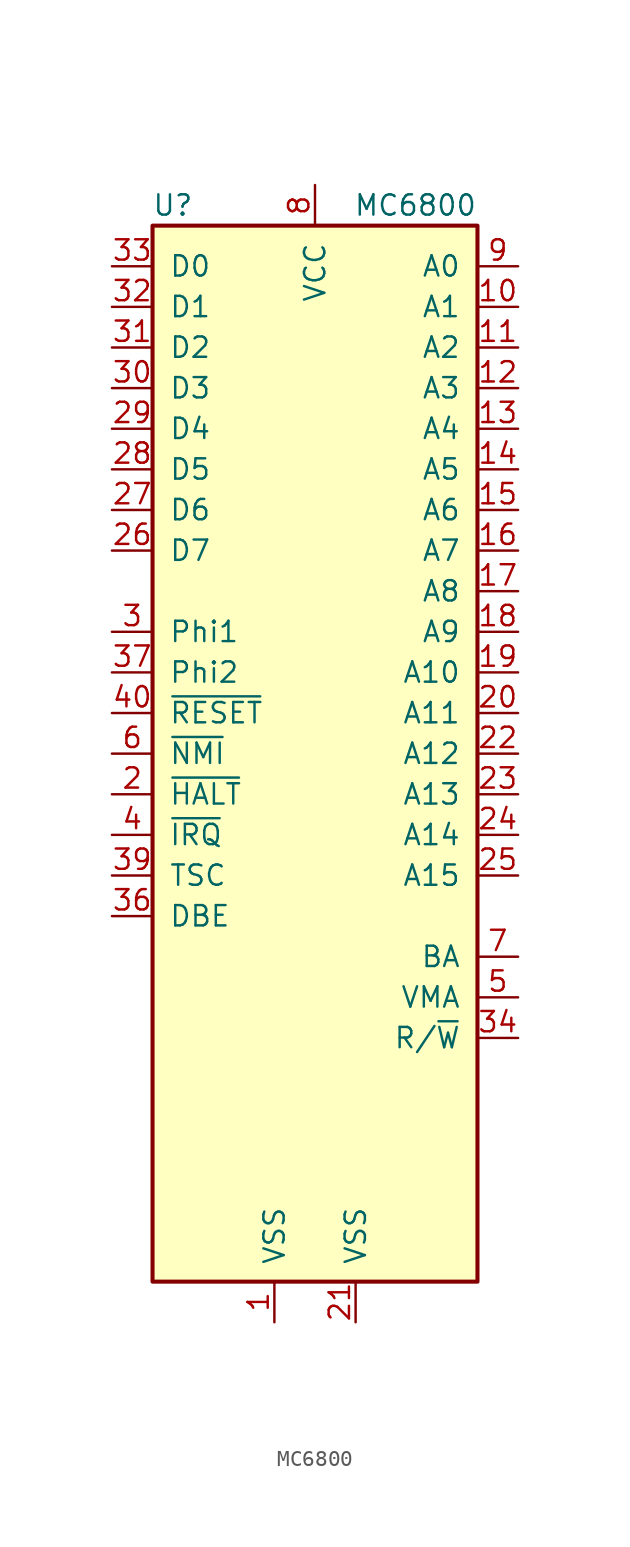
<source format=kicad_sym>
(kicad_symbol_lib
  (version 20201005)
  (generator kicad_symbol_editor)
  (symbol "MC6800"
    (pin_names
      (offset 1.016))
    (property "Reference" "U"
      (at -8.89 34.29 0)
      (effects (font (size 1.27 1.27))))
    (property "Value" "MC6800"
      (at 10.16 34.29 0)
      (effects (font (size 1.27 1.27)) (justify right)))
    (symbol "MC6800_0_1"
      (rectangle (start -10.16 -33.02) (end 10.16 33.02) (stroke (width 0.254)) (fill (type background))))
    (symbol "MC6800_1_1"
      (pin power_in line (at -2.54 -35.56 90) (length 2.54) (name "VSS" (effects (font (size 1.27 1.27)))) (number "1" (effects (font (size 1.27 1.27)))))
      (pin input line (at -12.7 -2.54 0) (length 2.54) (name "~HALT" (effects (font (size 1.27 1.27)))) (number "2" (effects (font (size 1.27 1.27)))))
      (pin input line (at -12.7 7.62 0) (length 2.54) (name "Phi1" (effects (font (size 1.27 1.27)))) (number "3" (effects (font (size 1.27 1.27)))))
      (pin input line (at -12.7 -5.08 0) (length 2.54) (name "~IRQ" (effects (font (size 1.27 1.27)))) (number "4" (effects (font (size 1.27 1.27)))))
      (pin output line (at 12.7 -15.24 180) (length 2.54) (name "VMA" (effects (font (size 1.27 1.27)))) (number "5" (effects (font (size 1.27 1.27)))))
      (pin input line (at -12.7 0 0) (length 2.54) (name "~NMI" (effects (font (size 1.27 1.27)))) (number "6" (effects (font (size 1.27 1.27)))))
      (pin output line (at 12.7 -12.7 180) (length 2.54) (name "BA" (effects (font (size 1.27 1.27)))) (number "7" (effects (font (size 1.27 1.27)))))
      (pin power_in line (at 0 35.56 270) (length 2.54) (name "VCC" (effects (font (size 1.27 1.27)))) (number "8" (effects (font (size 1.27 1.27)))))
      (pin output line (at 12.7 30.48 180) (length 2.54) (name "A0" (effects (font (size 1.27 1.27)))) (number "9" (effects (font (size 1.27 1.27)))))
      (pin output line (at 12.7 27.94 180) (length 2.54) (name "A1" (effects (font (size 1.27 1.27)))) (number "10" (effects (font (size 1.27 1.27)))))
      (pin output line (at 12.7 2.54 180) (length 2.54) (name "A11" (effects (font (size 1.27 1.27)))) (number "20" (effects (font (size 1.27 1.27)))))
      (pin bidirectional line (at -12.7 22.86 0) (length 2.54) (name "D3" (effects (font (size 1.27 1.27)))) (number "30" (effects (font (size 1.27 1.27)))))
      (pin input line (at -12.7 2.54 0) (length 2.54) (name "~RESET" (effects (font (size 1.27 1.27)))) (number "40" (effects (font (size 1.27 1.27)))))
      (pin output line (at 12.7 25.4 180) (length 2.54) (name "A2" (effects (font (size 1.27 1.27)))) (number "11" (effects (font (size 1.27 1.27)))))
      (pin power_in line (at 2.54 -35.56 90) (length 2.54) (name "VSS" (effects (font (size 1.27 1.27)))) (number "21" (effects (font (size 1.27 1.27)))))
      (pin bidirectional line (at -12.7 25.4 0) (length 2.54) (name "D2" (effects (font (size 1.27 1.27)))) (number "31" (effects (font (size 1.27 1.27)))))
      (pin output line (at 12.7 22.86 180) (length 2.54) (name "A3" (effects (font (size 1.27 1.27)))) (number "12" (effects (font (size 1.27 1.27)))))
      (pin output line (at 12.7 0 180) (length 2.54) (name "A12" (effects (font (size 1.27 1.27)))) (number "22" (effects (font (size 1.27 1.27)))))
      (pin bidirectional line (at -12.7 27.94 0) (length 2.54) (name "D1" (effects (font (size 1.27 1.27)))) (number "32" (effects (font (size 1.27 1.27)))))
      (pin output line (at 12.7 20.32 180) (length 2.54) (name "A4" (effects (font (size 1.27 1.27)))) (number "13" (effects (font (size 1.27 1.27)))))
      (pin output line (at 12.7 -2.54 180) (length 2.54) (name "A13" (effects (font (size 1.27 1.27)))) (number "23" (effects (font (size 1.27 1.27)))))
      (pin bidirectional line (at -12.7 30.48 0) (length 2.54) (name "D0" (effects (font (size 1.27 1.27)))) (number "33" (effects (font (size 1.27 1.27)))))
      (pin output line (at 12.7 17.78 180) (length 2.54) (name "A5" (effects (font (size 1.27 1.27)))) (number "14" (effects (font (size 1.27 1.27)))))
      (pin output line (at 12.7 -5.08 180) (length 2.54) (name "A14" (effects (font (size 1.27 1.27)))) (number "24" (effects (font (size 1.27 1.27)))))
      (pin output line (at 12.7 -17.78 180) (length 2.54) (name "R/~W" (effects (font (size 1.27 1.27)))) (number "34" (effects (font (size 1.27 1.27)))))
      (pin output line (at 12.7 15.24 180) (length 2.54) (name "A6" (effects (font (size 1.27 1.27)))) (number "15" (effects (font (size 1.27 1.27)))))
      (pin output line (at 12.7 -7.62 180) (length 2.54) (name "A15" (effects (font (size 1.27 1.27)))) (number "25" (effects (font (size 1.27 1.27)))))
      (pin no_connect line (at -10.16 -25.4 0) (length 2.54) hide (name "N.C." (effects (font (size 1.27 1.27)))) (number "35" (effects (font (size 1.27 1.27)))))
      (pin output line (at 12.7 12.7 180) (length 2.54) (name "A7" (effects (font (size 1.27 1.27)))) (number "16" (effects (font (size 1.27 1.27)))))
      (pin bidirectional line (at -12.7 12.7 0) (length 2.54) (name "D7" (effects (font (size 1.27 1.27)))) (number "26" (effects (font (size 1.27 1.27)))))
      (pin input line (at -12.7 -10.16 0) (length 2.54) (name "DBE" (effects (font (size 1.27 1.27)))) (number "36" (effects (font (size 1.27 1.27)))))
      (pin output line (at 12.7 10.16 180) (length 2.54) (name "A8" (effects (font (size 1.27 1.27)))) (number "17" (effects (font (size 1.27 1.27)))))
      (pin bidirectional line (at -12.7 15.24 0) (length 2.54) (name "D6" (effects (font (size 1.27 1.27)))) (number "27" (effects (font (size 1.27 1.27)))))
      (pin input line (at -12.7 5.08 0) (length 2.54) (name "Phi2" (effects (font (size 1.27 1.27)))) (number "37" (effects (font (size 1.27 1.27)))))
      (pin output line (at 12.7 7.62 180) (length 2.54) (name "A9" (effects (font (size 1.27 1.27)))) (number "18" (effects (font (size 1.27 1.27)))))
      (pin bidirectional line (at -12.7 17.78 0) (length 2.54) (name "D5" (effects (font (size 1.27 1.27)))) (number "28" (effects (font (size 1.27 1.27)))))
      (pin no_connect line (at -10.16 -22.86 0) (length 2.54) hide (name "N.C." (effects (font (size 1.27 1.27)))) (number "38" (effects (font (size 1.27 1.27)))))
      (pin output line (at 12.7 5.08 180) (length 2.54) (name "A10" (effects (font (size 1.27 1.27)))) (number "19" (effects (font (size 1.27 1.27)))))
      (pin bidirectional line (at -12.7 20.32 0) (length 2.54) (name "D4" (effects (font (size 1.27 1.27)))) (number "29" (effects (font (size 1.27 1.27)))))
      (pin input line (at -12.7 -7.62 0) (length 2.54) (name "TSC" (effects (font (size 1.27 1.27)))) (number "39" (effects (font (size 1.27 1.27))))))))
</source>
